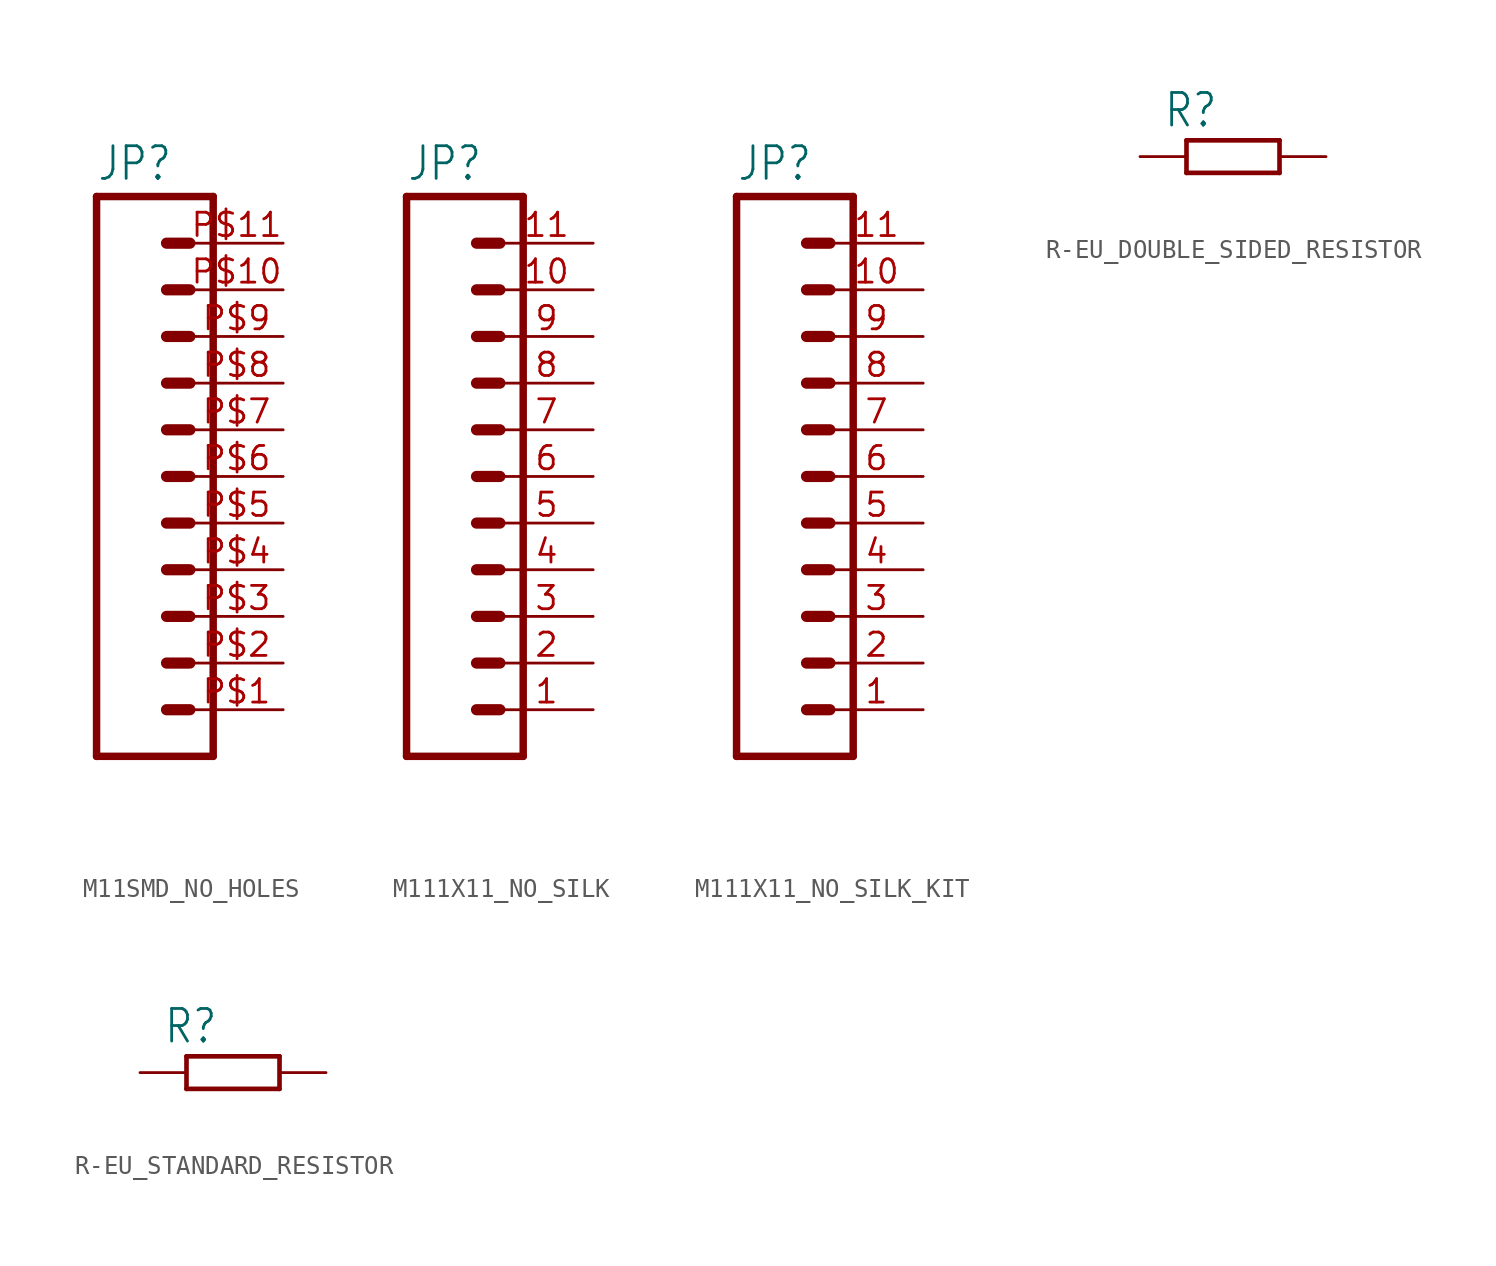
<source format=kicad_sym>
(kicad_symbol_lib
  (version 20220914)
  (generator kicad_symbol_editor)
  (symbol "M11SMD_NO_HOLES"
    (property "Reference" "JP"
      (at 0 16.002 0)
      (effects (font (size 1.778 1.511)) (justify left bottom)))
    (property "Value" ""
      (at 0 -17.78 0)
      (effects (font (size 1.778 1.511)) (justify left bottom)))
    (property "ki_locked" ""
      (at 0 0 0)
      (effects (font (size 1.27 1.27))))
    (symbol "M11SMD_NO_HOLES_1_0"
      (polyline (pts (xy 0 15.24) (xy 0 -15.24)) (stroke (width 0.406) (type solid)) (fill (type none)))
      (polyline (pts (xy 0 15.24) (xy 6.35 15.24)) (stroke (width 0.406) (type solid)) (fill (type none)))
      (polyline (pts (xy 3.81 -12.7) (xy 5.08 -12.7)) (stroke (width 0.61) (type solid)) (fill (type none)))
      (polyline (pts (xy 3.81 -10.16) (xy 5.08 -10.16)) (stroke (width 0.61) (type solid)) (fill (type none)))
      (polyline (pts (xy 3.81 -7.62) (xy 5.08 -7.62)) (stroke (width 0.61) (type solid)) (fill (type none)))
      (polyline (pts (xy 3.81 -5.08) (xy 5.08 -5.08)) (stroke (width 0.61) (type solid)) (fill (type none)))
      (polyline (pts (xy 3.81 -2.54) (xy 5.08 -2.54)) (stroke (width 0.61) (type solid)) (fill (type none)))
      (polyline (pts (xy 3.81 0) (xy 5.08 0)) (stroke (width 0.61) (type solid)) (fill (type none)))
      (polyline (pts (xy 3.81 2.54) (xy 5.08 2.54)) (stroke (width 0.61) (type solid)) (fill (type none)))
      (polyline (pts (xy 3.81 5.08) (xy 5.08 5.08)) (stroke (width 0.61) (type solid)) (fill (type none)))
      (polyline (pts (xy 3.81 7.62) (xy 5.08 7.62)) (stroke (width 0.61) (type solid)) (fill (type none)))
      (polyline (pts (xy 3.81 10.16) (xy 5.08 10.16)) (stroke (width 0.61) (type solid)) (fill (type none)))
      (polyline (pts (xy 3.81 12.7) (xy 5.08 12.7)) (stroke (width 0.61) (type solid)) (fill (type none)))
      (polyline (pts (xy 6.35 -15.24) (xy 0 -15.24)) (stroke (width 0.406) (type solid)) (fill (type none)))
      (polyline (pts (xy 6.35 -15.24) (xy 6.35 15.24)) (stroke (width 0.406) (type solid)) (fill (type none)))
      (pin passive line (at 10.16 -12.7 180) (length 5.08) (name "1" (effects (font (size 0 0)))) (number "P$1" (effects (font (size 1.27 1.27)))))
      (pin passive line (at 10.16 10.16 180) (length 5.08) (name "10" (effects (font (size 0 0)))) (number "P$10" (effects (font (size 1.27 1.27)))))
      (pin passive line (at 10.16 12.7 180) (length 5.08) (name "11" (effects (font (size 0 0)))) (number "P$11" (effects (font (size 1.27 1.27)))))
      (pin passive line (at 10.16 -10.16 180) (length 5.08) (name "2" (effects (font (size 0 0)))) (number "P$2" (effects (font (size 1.27 1.27)))))
      (pin passive line (at 10.16 -7.62 180) (length 5.08) (name "3" (effects (font (size 0 0)))) (number "P$3" (effects (font (size 1.27 1.27)))))
      (pin passive line (at 10.16 -5.08 180) (length 5.08) (name "4" (effects (font (size 0 0)))) (number "P$4" (effects (font (size 1.27 1.27)))))
      (pin passive line (at 10.16 -2.54 180) (length 5.08) (name "5" (effects (font (size 0 0)))) (number "P$5" (effects (font (size 1.27 1.27)))))
      (pin passive line (at 10.16 0 180) (length 5.08) (name "6" (effects (font (size 0 0)))) (number "P$6" (effects (font (size 1.27 1.27)))))
      (pin passive line (at 10.16 2.54 180) (length 5.08) (name "7" (effects (font (size 0 0)))) (number "P$7" (effects (font (size 1.27 1.27)))))
      (pin passive line (at 10.16 5.08 180) (length 5.08) (name "8" (effects (font (size 0 0)))) (number "P$8" (effects (font (size 1.27 1.27)))))
      (pin passive line (at 10.16 7.62 180) (length 5.08) (name "9" (effects (font (size 0 0)))) (number "P$9" (effects (font (size 1.27 1.27)))))))
  (symbol "M111X11_NO_SILK"
    (property "Reference" "JP"
      (at 0 16.002 0)
      (effects (font (size 1.778 1.511)) (justify left bottom)))
    (property "Value" ""
      (at 0 -17.78 0)
      (effects (font (size 1.778 1.511)) (justify left bottom)))
    (property "ki_locked" ""
      (at 0 0 0)
      (effects (font (size 1.27 1.27))))
    (symbol "M111X11_NO_SILK_1_0"
      (polyline (pts (xy 0 15.24) (xy 0 -15.24)) (stroke (width 0.406) (type solid)) (fill (type none)))
      (polyline (pts (xy 0 15.24) (xy 6.35 15.24)) (stroke (width 0.406) (type solid)) (fill (type none)))
      (polyline (pts (xy 3.81 -12.7) (xy 5.08 -12.7)) (stroke (width 0.61) (type solid)) (fill (type none)))
      (polyline (pts (xy 3.81 -10.16) (xy 5.08 -10.16)) (stroke (width 0.61) (type solid)) (fill (type none)))
      (polyline (pts (xy 3.81 -7.62) (xy 5.08 -7.62)) (stroke (width 0.61) (type solid)) (fill (type none)))
      (polyline (pts (xy 3.81 -5.08) (xy 5.08 -5.08)) (stroke (width 0.61) (type solid)) (fill (type none)))
      (polyline (pts (xy 3.81 -2.54) (xy 5.08 -2.54)) (stroke (width 0.61) (type solid)) (fill (type none)))
      (polyline (pts (xy 3.81 0) (xy 5.08 0)) (stroke (width 0.61) (type solid)) (fill (type none)))
      (polyline (pts (xy 3.81 2.54) (xy 5.08 2.54)) (stroke (width 0.61) (type solid)) (fill (type none)))
      (polyline (pts (xy 3.81 5.08) (xy 5.08 5.08)) (stroke (width 0.61) (type solid)) (fill (type none)))
      (polyline (pts (xy 3.81 7.62) (xy 5.08 7.62)) (stroke (width 0.61) (type solid)) (fill (type none)))
      (polyline (pts (xy 3.81 10.16) (xy 5.08 10.16)) (stroke (width 0.61) (type solid)) (fill (type none)))
      (polyline (pts (xy 3.81 12.7) (xy 5.08 12.7)) (stroke (width 0.61) (type solid)) (fill (type none)))
      (polyline (pts (xy 6.35 -15.24) (xy 0 -15.24)) (stroke (width 0.406) (type solid)) (fill (type none)))
      (polyline (pts (xy 6.35 -15.24) (xy 6.35 15.24)) (stroke (width 0.406) (type solid)) (fill (type none)))
      (pin passive line (at 10.16 -12.7 180) (length 5.08) (name "1" (effects (font (size 0 0)))) (number "1" (effects (font (size 1.27 1.27)))))
      (pin passive line (at 10.16 10.16 180) (length 5.08) (name "10" (effects (font (size 0 0)))) (number "10" (effects (font (size 1.27 1.27)))))
      (pin passive line (at 10.16 12.7 180) (length 5.08) (name "11" (effects (font (size 0 0)))) (number "11" (effects (font (size 1.27 1.27)))))
      (pin passive line (at 10.16 -10.16 180) (length 5.08) (name "2" (effects (font (size 0 0)))) (number "2" (effects (font (size 1.27 1.27)))))
      (pin passive line (at 10.16 -7.62 180) (length 5.08) (name "3" (effects (font (size 0 0)))) (number "3" (effects (font (size 1.27 1.27)))))
      (pin passive line (at 10.16 -5.08 180) (length 5.08) (name "4" (effects (font (size 0 0)))) (number "4" (effects (font (size 1.27 1.27)))))
      (pin passive line (at 10.16 -2.54 180) (length 5.08) (name "5" (effects (font (size 0 0)))) (number "5" (effects (font (size 1.27 1.27)))))
      (pin passive line (at 10.16 0 180) (length 5.08) (name "6" (effects (font (size 0 0)))) (number "6" (effects (font (size 1.27 1.27)))))
      (pin passive line (at 10.16 2.54 180) (length 5.08) (name "7" (effects (font (size 0 0)))) (number "7" (effects (font (size 1.27 1.27)))))
      (pin passive line (at 10.16 5.08 180) (length 5.08) (name "8" (effects (font (size 0 0)))) (number "8" (effects (font (size 1.27 1.27)))))
      (pin passive line (at 10.16 7.62 180) (length 5.08) (name "9" (effects (font (size 0 0)))) (number "9" (effects (font (size 1.27 1.27)))))))
  (symbol "M111X11_NO_SILK_KIT"
    (property "Reference" "JP"
      (at 0 16.002 0)
      (effects (font (size 1.778 1.511)) (justify left bottom)))
    (property "Value" ""
      (at 0 -17.78 0)
      (effects (font (size 1.778 1.511)) (justify left bottom)))
    (property "ki_locked" ""
      (at 0 0 0)
      (effects (font (size 1.27 1.27))))
    (symbol "M111X11_NO_SILK_KIT_1_0"
      (polyline (pts (xy 0 15.24) (xy 0 -15.24)) (stroke (width 0.406) (type solid)) (fill (type none)))
      (polyline (pts (xy 0 15.24) (xy 6.35 15.24)) (stroke (width 0.406) (type solid)) (fill (type none)))
      (polyline (pts (xy 3.81 -12.7) (xy 5.08 -12.7)) (stroke (width 0.61) (type solid)) (fill (type none)))
      (polyline (pts (xy 3.81 -10.16) (xy 5.08 -10.16)) (stroke (width 0.61) (type solid)) (fill (type none)))
      (polyline (pts (xy 3.81 -7.62) (xy 5.08 -7.62)) (stroke (width 0.61) (type solid)) (fill (type none)))
      (polyline (pts (xy 3.81 -5.08) (xy 5.08 -5.08)) (stroke (width 0.61) (type solid)) (fill (type none)))
      (polyline (pts (xy 3.81 -2.54) (xy 5.08 -2.54)) (stroke (width 0.61) (type solid)) (fill (type none)))
      (polyline (pts (xy 3.81 0) (xy 5.08 0)) (stroke (width 0.61) (type solid)) (fill (type none)))
      (polyline (pts (xy 3.81 2.54) (xy 5.08 2.54)) (stroke (width 0.61) (type solid)) (fill (type none)))
      (polyline (pts (xy 3.81 5.08) (xy 5.08 5.08)) (stroke (width 0.61) (type solid)) (fill (type none)))
      (polyline (pts (xy 3.81 7.62) (xy 5.08 7.62)) (stroke (width 0.61) (type solid)) (fill (type none)))
      (polyline (pts (xy 3.81 10.16) (xy 5.08 10.16)) (stroke (width 0.61) (type solid)) (fill (type none)))
      (polyline (pts (xy 3.81 12.7) (xy 5.08 12.7)) (stroke (width 0.61) (type solid)) (fill (type none)))
      (polyline (pts (xy 6.35 -15.24) (xy 0 -15.24)) (stroke (width 0.406) (type solid)) (fill (type none)))
      (polyline (pts (xy 6.35 -15.24) (xy 6.35 15.24)) (stroke (width 0.406) (type solid)) (fill (type none)))
      (pin passive line (at 10.16 -12.7 180) (length 5.08) (name "1" (effects (font (size 0 0)))) (number "1" (effects (font (size 1.27 1.27)))))
      (pin passive line (at 10.16 10.16 180) (length 5.08) (name "10" (effects (font (size 0 0)))) (number "10" (effects (font (size 1.27 1.27)))))
      (pin passive line (at 10.16 12.7 180) (length 5.08) (name "11" (effects (font (size 0 0)))) (number "11" (effects (font (size 1.27 1.27)))))
      (pin passive line (at 10.16 -10.16 180) (length 5.08) (name "2" (effects (font (size 0 0)))) (number "2" (effects (font (size 1.27 1.27)))))
      (pin passive line (at 10.16 -7.62 180) (length 5.08) (name "3" (effects (font (size 0 0)))) (number "3" (effects (font (size 1.27 1.27)))))
      (pin passive line (at 10.16 -5.08 180) (length 5.08) (name "4" (effects (font (size 0 0)))) (number "4" (effects (font (size 1.27 1.27)))))
      (pin passive line (at 10.16 -2.54 180) (length 5.08) (name "5" (effects (font (size 0 0)))) (number "5" (effects (font (size 1.27 1.27)))))
      (pin passive line (at 10.16 0 180) (length 5.08) (name "6" (effects (font (size 0 0)))) (number "6" (effects (font (size 1.27 1.27)))))
      (pin passive line (at 10.16 2.54 180) (length 5.08) (name "7" (effects (font (size 0 0)))) (number "7" (effects (font (size 1.27 1.27)))))
      (pin passive line (at 10.16 5.08 180) (length 5.08) (name "8" (effects (font (size 0 0)))) (number "8" (effects (font (size 1.27 1.27)))))
      (pin passive line (at 10.16 7.62 180) (length 5.08) (name "9" (effects (font (size 0 0)))) (number "9" (effects (font (size 1.27 1.27)))))))
  (symbol "R-EU_DOUBLE_SIDED_RESISTOR"
    (property "Reference" "R"
      (at -3.81 1.499 0)
      (effects (font (size 1.778 1.511)) (justify left bottom)))
    (property "Value" ""
      (at -3.81 -3.302 0)
      (effects (font (size 1.778 1.511)) (justify left bottom)))
    (property "ki_locked" ""
      (at 0 0 0)
      (effects (font (size 1.27 1.27))))
    (symbol "R-EU_DOUBLE_SIDED_RESISTOR_1_0"
      (polyline (pts (xy -2.54 -0.889) (xy -2.54 0.889)) (stroke (width 0.254) (type solid)) (fill (type none)))
      (polyline (pts (xy -2.54 -0.889) (xy 2.54 -0.889)) (stroke (width 0.254) (type solid)) (fill (type none)))
      (polyline (pts (xy 2.54 -0.889) (xy 2.54 0.889)) (stroke (width 0.254) (type solid)) (fill (type none)))
      (polyline (pts (xy 2.54 0.889) (xy -2.54 0.889)) (stroke (width 0.254) (type solid)) (fill (type none)))
      (pin passive line (at -5.08 0 0) (length 2.54) (name "1" (effects (font (size 0 0)))) (number "1" (effects (font (size 0 0)))))
      (pin passive line (at 5.08 0 180) (length 2.54) (name "2" (effects (font (size 0 0)))) (number "2" (effects (font (size 0 0)))))))
  (symbol "R-EU_STANDARD_RESISTOR"
    (property "Reference" "R"
      (at -3.81 1.499 0)
      (effects (font (size 1.778 1.511)) (justify left bottom)))
    (property "Value" ""
      (at -3.81 -3.302 0)
      (effects (font (size 1.778 1.511)) (justify left bottom)))
    (property "ki_locked" ""
      (at 0 0 0)
      (effects (font (size 1.27 1.27))))
    (symbol "R-EU_STANDARD_RESISTOR_1_0"
      (polyline (pts (xy -2.54 -0.889) (xy -2.54 0.889)) (stroke (width 0.254) (type solid)) (fill (type none)))
      (polyline (pts (xy -2.54 -0.889) (xy 2.54 -0.889)) (stroke (width 0.254) (type solid)) (fill (type none)))
      (polyline (pts (xy 2.54 -0.889) (xy 2.54 0.889)) (stroke (width 0.254) (type solid)) (fill (type none)))
      (polyline (pts (xy 2.54 0.889) (xy -2.54 0.889)) (stroke (width 0.254) (type solid)) (fill (type none)))
      (pin passive line (at -5.08 0 0) (length 2.54) (name "1" (effects (font (size 0 0)))) (number "1" (effects (font (size 0 0)))))
      (pin passive line (at 5.08 0 180) (length 2.54) (name "2" (effects (font (size 0 0)))) (number "2" (effects (font (size 0 0))))))))
</source>
